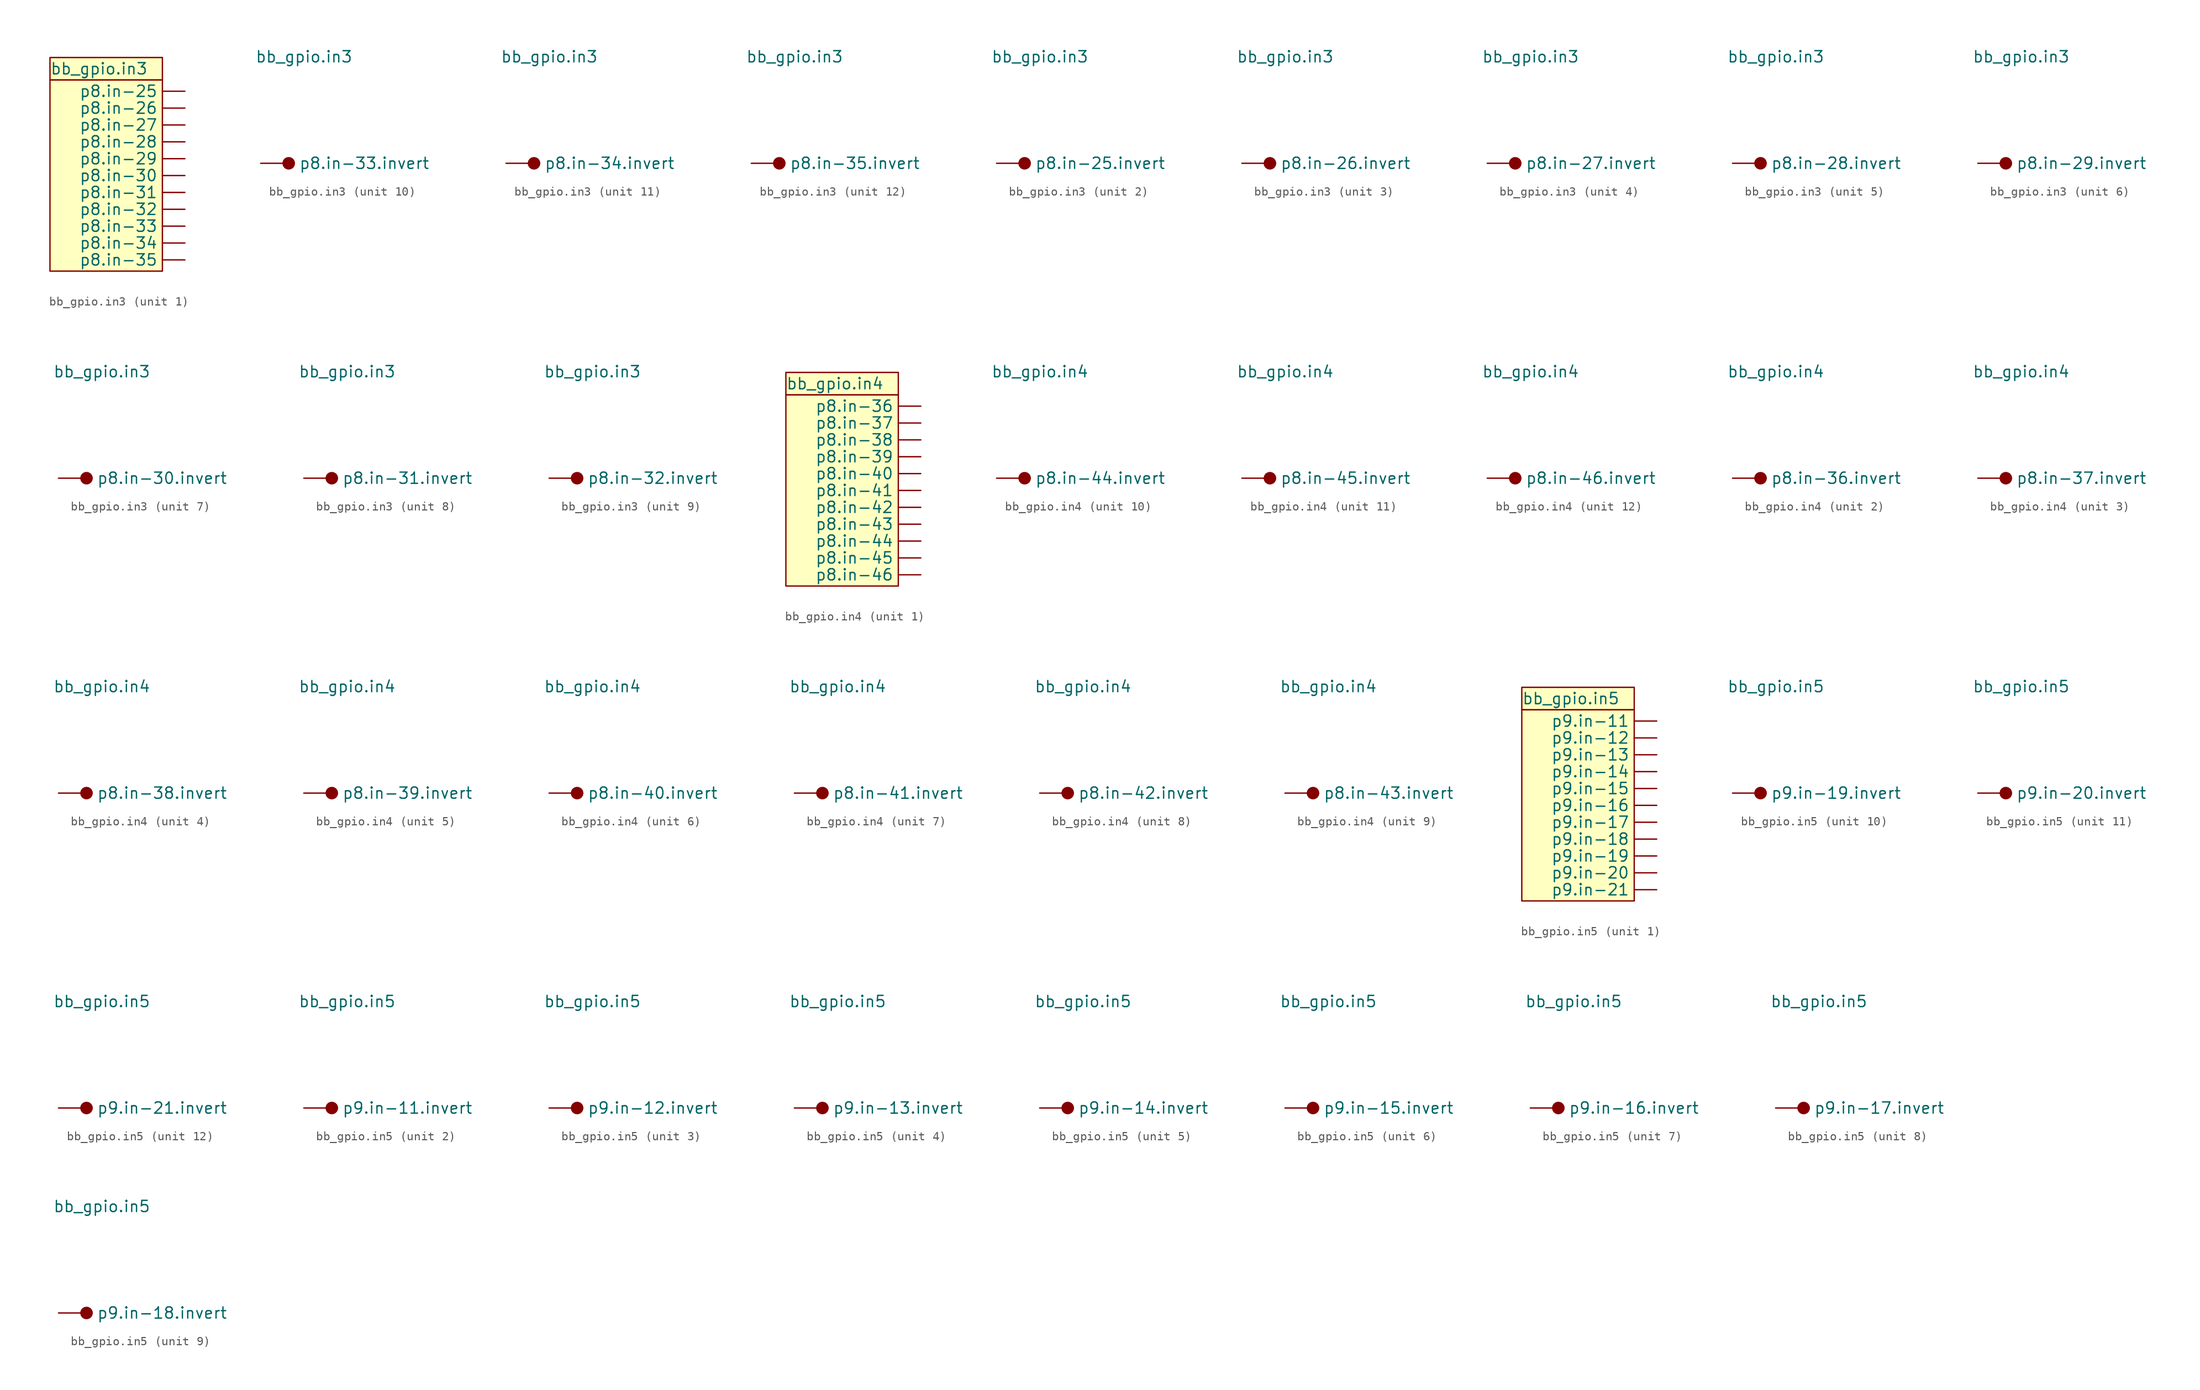
<source format=kicad_sym>
(kicad_symbol_lib
  (version 20220914)
  (generator kicad_symbol_editor)
  (symbol "bb_gpio.in3"
    (pin_numbers hide)
    (property "Reference" "BB-GPIO"
      (at 0 0 0)
      (effects (font (size 1.27 1.27)) hide))
    (property "Value" "bb_gpio.in3"
      (at -5.08 12.065 0)
      (effects (font (size 1.27 1.27)) (justify left)))
    (property "ki_locked" ""
      (at 0 0 0)
      (effects (font (size 1.27 1.27))))
    (symbol "bb_gpio.in3_1_1"
      (rectangle (start -5.08 10.795) (end 7.62 -10.795) (stroke (width 0.152) (type default)) (fill (type background)))
      (rectangle (start -5.08 13.335) (end 7.62 10.795) (stroke (width 0.152) (type default)) (fill (type background)))
      (pin output line (at 10.16 9.525 180) (length 2.54) (name "p8.in-25" (effects (font (size 1.27 1.27)))) (number "1" (effects (font (size 1.27 1.27)))))
      (pin output line (at 10.16 -7.62 180) (length 2.54) (name "p8.in-34" (effects (font (size 1.27 1.27)))) (number "10" (effects (font (size 1.27 1.27)))))
      (pin output line (at 10.16 -9.525 180) (length 2.54) (name "p8.in-35" (effects (font (size 1.27 1.27)))) (number "11" (effects (font (size 1.27 1.27)))))
      (pin output line (at 10.16 7.62 180) (length 2.54) (name "p8.in-26" (effects (font (size 1.27 1.27)))) (number "2" (effects (font (size 1.27 1.27)))))
      (pin output line (at 10.16 5.715 180) (length 2.54) (name "p8.in-27" (effects (font (size 1.27 1.27)))) (number "3" (effects (font (size 1.27 1.27)))))
      (pin output line (at 10.16 3.81 180) (length 2.54) (name "p8.in-28" (effects (font (size 1.27 1.27)))) (number "4" (effects (font (size 1.27 1.27)))))
      (pin output line (at 10.16 1.905 180) (length 2.54) (name "p8.in-29" (effects (font (size 1.27 1.27)))) (number "5" (effects (font (size 1.27 1.27)))))
      (pin output line (at 10.16 0 180) (length 2.54) (name "p8.in-30" (effects (font (size 1.27 1.27)))) (number "6" (effects (font (size 1.27 1.27)))))
      (pin output line (at 10.16 -1.905 180) (length 2.54) (name "p8.in-31" (effects (font (size 1.27 1.27)))) (number "7" (effects (font (size 1.27 1.27)))))
      (pin output line (at 10.16 -3.81 180) (length 2.54) (name "p8.in-32" (effects (font (size 1.27 1.27)))) (number "8" (effects (font (size 1.27 1.27)))))
      (pin output line (at 10.16 -5.715 180) (length 2.54) (name "p8.in-33" (effects (font (size 1.27 1.27)))) (number "9" (effects (font (size 1.27 1.27))))))
    (symbol "bb_gpio.in3_2_1"
      (circle (center -1.27 0) (radius 0.635) (stroke (width 0.152) (type default)) (fill (type outline)))
      (pin input line (at -4.445 0 0) (length 3.81) (name "p8.in-25.invert" (effects (font (size 1.27 1.27)))) (number "12" (effects (font (size 1.27 1.27))))))
    (symbol "bb_gpio.in3_3_1"
      (circle (center -1.27 0) (radius 0.635) (stroke (width 0.152) (type default)) (fill (type outline)))
      (pin input line (at -4.445 0 0) (length 3.81) (name "p8.in-26.invert" (effects (font (size 1.27 1.27)))) (number "13" (effects (font (size 1.27 1.27))))))
    (symbol "bb_gpio.in3_4_1"
      (circle (center -1.27 0) (radius 0.635) (stroke (width 0.152) (type default)) (fill (type outline)))
      (pin input line (at -4.445 0 0) (length 3.81) (name "p8.in-27.invert" (effects (font (size 1.27 1.27)))) (number "14" (effects (font (size 1.27 1.27))))))
    (symbol "bb_gpio.in3_5_1"
      (circle (center -1.27 0) (radius 0.635) (stroke (width 0.152) (type default)) (fill (type outline)))
      (pin input line (at -4.445 0 0) (length 3.81) (name "p8.in-28.invert" (effects (font (size 1.27 1.27)))) (number "15" (effects (font (size 1.27 1.27))))))
    (symbol "bb_gpio.in3_6_1"
      (circle (center -1.27 0) (radius 0.635) (stroke (width 0.152) (type default)) (fill (type outline)))
      (pin input line (at -4.445 0 0) (length 3.81) (name "p8.in-29.invert" (effects (font (size 1.27 1.27)))) (number "16" (effects (font (size 1.27 1.27))))))
    (symbol "bb_gpio.in3_7_1"
      (circle (center -1.27 0) (radius 0.635) (stroke (width 0.152) (type default)) (fill (type outline)))
      (pin input line (at -4.445 0 0) (length 3.81) (name "p8.in-30.invert" (effects (font (size 1.27 1.27)))) (number "17" (effects (font (size 1.27 1.27))))))
    (symbol "bb_gpio.in3_8_1"
      (circle (center -1.27 0) (radius 0.635) (stroke (width 0.152) (type default)) (fill (type outline)))
      (pin input line (at -4.445 0 0) (length 3.81) (name "p8.in-31.invert" (effects (font (size 1.27 1.27)))) (number "18" (effects (font (size 1.27 1.27))))))
    (symbol "bb_gpio.in3_9_1"
      (circle (center -1.27 0) (radius 0.635) (stroke (width 0.152) (type default)) (fill (type outline)))
      (pin input line (at -4.445 0 0) (length 3.81) (name "p8.in-32.invert" (effects (font (size 1.27 1.27)))) (number "19" (effects (font (size 1.27 1.27))))))
    (symbol "bb_gpio.in3_10_1"
      (circle (center -1.27 0) (radius 0.635) (stroke (width 0.152) (type default)) (fill (type outline)))
      (pin input line (at -4.445 0 0) (length 3.81) (name "p8.in-33.invert" (effects (font (size 1.27 1.27)))) (number "20" (effects (font (size 1.27 1.27))))))
    (symbol "bb_gpio.in3_11_1"
      (circle (center -1.27 0) (radius 0.635) (stroke (width 0.152) (type default)) (fill (type outline)))
      (pin input line (at -4.445 0 0) (length 3.81) (name "p8.in-34.invert" (effects (font (size 1.27 1.27)))) (number "21" (effects (font (size 1.27 1.27))))))
    (symbol "bb_gpio.in3_12_1"
      (circle (center -1.27 0) (radius 0.635) (stroke (width 0.152) (type default)) (fill (type outline)))
      (pin input line (at -4.445 0 0) (length 3.81) (name "p8.in-35.invert" (effects (font (size 1.27 1.27)))) (number "22" (effects (font (size 1.27 1.27)))))))
  (symbol "bb_gpio.in4"
    (pin_numbers hide)
    (property "Reference" "BB-GPIO"
      (at 0 0 0)
      (effects (font (size 1.27 1.27)) hide))
    (property "Value" "bb_gpio.in4"
      (at -5.08 12.065 0)
      (effects (font (size 1.27 1.27)) (justify left)))
    (property "ki_locked" ""
      (at 0 0 0)
      (effects (font (size 1.27 1.27))))
    (symbol "bb_gpio.in4_1_1"
      (rectangle (start -5.08 10.795) (end 7.62 -10.795) (stroke (width 0.152) (type default)) (fill (type background)))
      (rectangle (start -5.08 13.335) (end 7.62 10.795) (stroke (width 0.152) (type default)) (fill (type background)))
      (pin output line (at 10.16 9.525 180) (length 2.54) (name "p8.in-36" (effects (font (size 1.27 1.27)))) (number "1" (effects (font (size 1.27 1.27)))))
      (pin output line (at 10.16 -7.62 180) (length 2.54) (name "p8.in-45" (effects (font (size 1.27 1.27)))) (number "10" (effects (font (size 1.27 1.27)))))
      (pin output line (at 10.16 -9.525 180) (length 2.54) (name "p8.in-46" (effects (font (size 1.27 1.27)))) (number "11" (effects (font (size 1.27 1.27)))))
      (pin output line (at 10.16 7.62 180) (length 2.54) (name "p8.in-37" (effects (font (size 1.27 1.27)))) (number "2" (effects (font (size 1.27 1.27)))))
      (pin output line (at 10.16 5.715 180) (length 2.54) (name "p8.in-38" (effects (font (size 1.27 1.27)))) (number "3" (effects (font (size 1.27 1.27)))))
      (pin output line (at 10.16 3.81 180) (length 2.54) (name "p8.in-39" (effects (font (size 1.27 1.27)))) (number "4" (effects (font (size 1.27 1.27)))))
      (pin output line (at 10.16 1.905 180) (length 2.54) (name "p8.in-40" (effects (font (size 1.27 1.27)))) (number "5" (effects (font (size 1.27 1.27)))))
      (pin output line (at 10.16 0 180) (length 2.54) (name "p8.in-41" (effects (font (size 1.27 1.27)))) (number "6" (effects (font (size 1.27 1.27)))))
      (pin output line (at 10.16 -1.905 180) (length 2.54) (name "p8.in-42" (effects (font (size 1.27 1.27)))) (number "7" (effects (font (size 1.27 1.27)))))
      (pin output line (at 10.16 -3.81 180) (length 2.54) (name "p8.in-43" (effects (font (size 1.27 1.27)))) (number "8" (effects (font (size 1.27 1.27)))))
      (pin output line (at 10.16 -5.715 180) (length 2.54) (name "p8.in-44" (effects (font (size 1.27 1.27)))) (number "9" (effects (font (size 1.27 1.27))))))
    (symbol "bb_gpio.in4_2_1"
      (circle (center -1.27 0) (radius 0.635) (stroke (width 0.152) (type default)) (fill (type outline)))
      (pin input line (at -4.445 0 0) (length 3.81) (name "p8.in-36.invert" (effects (font (size 1.27 1.27)))) (number "12" (effects (font (size 1.27 1.27))))))
    (symbol "bb_gpio.in4_3_1"
      (circle (center -1.27 0) (radius 0.635) (stroke (width 0.152) (type default)) (fill (type outline)))
      (pin input line (at -4.445 0 0) (length 3.81) (name "p8.in-37.invert" (effects (font (size 1.27 1.27)))) (number "13" (effects (font (size 1.27 1.27))))))
    (symbol "bb_gpio.in4_4_1"
      (circle (center -1.27 0) (radius 0.635) (stroke (width 0.152) (type default)) (fill (type outline)))
      (pin input line (at -4.445 0 0) (length 3.81) (name "p8.in-38.invert" (effects (font (size 1.27 1.27)))) (number "14" (effects (font (size 1.27 1.27))))))
    (symbol "bb_gpio.in4_5_1"
      (circle (center -1.27 0) (radius 0.635) (stroke (width 0.152) (type default)) (fill (type outline)))
      (pin input line (at -4.445 0 0) (length 3.81) (name "p8.in-39.invert" (effects (font (size 1.27 1.27)))) (number "15" (effects (font (size 1.27 1.27))))))
    (symbol "bb_gpio.in4_6_1"
      (circle (center -1.27 0) (radius 0.635) (stroke (width 0.152) (type default)) (fill (type outline)))
      (pin input line (at -4.445 0 0) (length 3.81) (name "p8.in-40.invert" (effects (font (size 1.27 1.27)))) (number "16" (effects (font (size 1.27 1.27))))))
    (symbol "bb_gpio.in4_7_1"
      (circle (center -1.27 0) (radius 0.635) (stroke (width 0.152) (type default)) (fill (type outline)))
      (pin input line (at -4.445 0 0) (length 3.81) (name "p8.in-41.invert" (effects (font (size 1.27 1.27)))) (number "17" (effects (font (size 1.27 1.27))))))
    (symbol "bb_gpio.in4_8_1"
      (circle (center -1.27 0) (radius 0.635) (stroke (width 0.152) (type default)) (fill (type outline)))
      (pin input line (at -4.445 0 0) (length 3.81) (name "p8.in-42.invert" (effects (font (size 1.27 1.27)))) (number "18" (effects (font (size 1.27 1.27))))))
    (symbol "bb_gpio.in4_9_1"
      (circle (center -1.27 0) (radius 0.635) (stroke (width 0.152) (type default)) (fill (type outline)))
      (pin input line (at -4.445 0 0) (length 3.81) (name "p8.in-43.invert" (effects (font (size 1.27 1.27)))) (number "19" (effects (font (size 1.27 1.27))))))
    (symbol "bb_gpio.in4_10_1"
      (circle (center -1.27 0) (radius 0.635) (stroke (width 0.152) (type default)) (fill (type outline)))
      (pin input line (at -4.445 0 0) (length 3.81) (name "p8.in-44.invert" (effects (font (size 1.27 1.27)))) (number "20" (effects (font (size 1.27 1.27))))))
    (symbol "bb_gpio.in4_11_1"
      (circle (center -1.27 0) (radius 0.635) (stroke (width 0.152) (type default)) (fill (type outline)))
      (pin input line (at -4.445 0 0) (length 3.81) (name "p8.in-45.invert" (effects (font (size 1.27 1.27)))) (number "21" (effects (font (size 1.27 1.27))))))
    (symbol "bb_gpio.in4_12_1"
      (circle (center -1.27 0) (radius 0.635) (stroke (width 0.152) (type default)) (fill (type outline)))
      (pin input line (at -4.445 0 0) (length 3.81) (name "p8.in-46.invert" (effects (font (size 1.27 1.27)))) (number "22" (effects (font (size 1.27 1.27)))))))
  (symbol "bb_gpio.in5"
    (pin_numbers hide)
    (property "Reference" "BB-GPIO"
      (at 0 0 0)
      (effects (font (size 1.27 1.27)) hide))
    (property "Value" "bb_gpio.in5"
      (at -5.08 12.065 0)
      (effects (font (size 1.27 1.27)) (justify left)))
    (property "ki_locked" ""
      (at 0 0 0)
      (effects (font (size 1.27 1.27))))
    (symbol "bb_gpio.in5_1_1"
      (rectangle (start -5.08 10.795) (end 7.62 -10.795) (stroke (width 0.152) (type default)) (fill (type background)))
      (rectangle (start -5.08 13.335) (end 7.62 10.795) (stroke (width 0.152) (type default)) (fill (type background)))
      (pin output line (at 10.16 9.525 180) (length 2.54) (name "p9.in-11" (effects (font (size 1.27 1.27)))) (number "1" (effects (font (size 1.27 1.27)))))
      (pin output line (at 10.16 -7.62 180) (length 2.54) (name "p9.in-20" (effects (font (size 1.27 1.27)))) (number "10" (effects (font (size 1.27 1.27)))))
      (pin output line (at 10.16 -9.525 180) (length 2.54) (name "p9.in-21" (effects (font (size 1.27 1.27)))) (number "11" (effects (font (size 1.27 1.27)))))
      (pin output line (at 10.16 7.62 180) (length 2.54) (name "p9.in-12" (effects (font (size 1.27 1.27)))) (number "2" (effects (font (size 1.27 1.27)))))
      (pin output line (at 10.16 5.715 180) (length 2.54) (name "p9.in-13" (effects (font (size 1.27 1.27)))) (number "3" (effects (font (size 1.27 1.27)))))
      (pin output line (at 10.16 3.81 180) (length 2.54) (name "p9.in-14" (effects (font (size 1.27 1.27)))) (number "4" (effects (font (size 1.27 1.27)))))
      (pin output line (at 10.16 1.905 180) (length 2.54) (name "p9.in-15" (effects (font (size 1.27 1.27)))) (number "5" (effects (font (size 1.27 1.27)))))
      (pin output line (at 10.16 0 180) (length 2.54) (name "p9.in-16" (effects (font (size 1.27 1.27)))) (number "6" (effects (font (size 1.27 1.27)))))
      (pin output line (at 10.16 -1.905 180) (length 2.54) (name "p9.in-17" (effects (font (size 1.27 1.27)))) (number "7" (effects (font (size 1.27 1.27)))))
      (pin output line (at 10.16 -3.81 180) (length 2.54) (name "p9.in-18" (effects (font (size 1.27 1.27)))) (number "8" (effects (font (size 1.27 1.27)))))
      (pin output line (at 10.16 -5.715 180) (length 2.54) (name "p9.in-19" (effects (font (size 1.27 1.27)))) (number "9" (effects (font (size 1.27 1.27))))))
    (symbol "bb_gpio.in5_2_1"
      (circle (center -1.27 0) (radius 0.635) (stroke (width 0.152) (type default)) (fill (type outline)))
      (pin input line (at -4.445 0 0) (length 3.81) (name "p9.in-11.invert" (effects (font (size 1.27 1.27)))) (number "12" (effects (font (size 1.27 1.27))))))
    (symbol "bb_gpio.in5_3_1"
      (circle (center -1.27 0) (radius 0.635) (stroke (width 0.152) (type default)) (fill (type outline)))
      (pin input line (at -4.445 0 0) (length 3.81) (name "p9.in-12.invert" (effects (font (size 1.27 1.27)))) (number "13" (effects (font (size 1.27 1.27))))))
    (symbol "bb_gpio.in5_4_1"
      (circle (center -1.27 0) (radius 0.635) (stroke (width 0.152) (type default)) (fill (type outline)))
      (pin input line (at -4.445 0 0) (length 3.81) (name "p9.in-13.invert" (effects (font (size 1.27 1.27)))) (number "14" (effects (font (size 1.27 1.27))))))
    (symbol "bb_gpio.in5_5_1"
      (circle (center -1.27 0) (radius 0.635) (stroke (width 0.152) (type default)) (fill (type outline)))
      (pin input line (at -4.445 0 0) (length 3.81) (name "p9.in-14.invert" (effects (font (size 1.27 1.27)))) (number "15" (effects (font (size 1.27 1.27))))))
    (symbol "bb_gpio.in5_6_1"
      (circle (center -1.27 0) (radius 0.635) (stroke (width 0.152) (type default)) (fill (type outline)))
      (pin input line (at -4.445 0 0) (length 3.81) (name "p9.in-15.invert" (effects (font (size 1.27 1.27)))) (number "16" (effects (font (size 1.27 1.27))))))
    (symbol "bb_gpio.in5_7_1"
      (circle (center -1.27 0) (radius 0.635) (stroke (width 0.152) (type default)) (fill (type outline)))
      (pin input line (at -4.445 0 0) (length 3.81) (name "p9.in-16.invert" (effects (font (size 1.27 1.27)))) (number "17" (effects (font (size 1.27 1.27))))))
    (symbol "bb_gpio.in5_8_1"
      (circle (center -1.27 0) (radius 0.635) (stroke (width 0.152) (type default)) (fill (type outline)))
      (pin input line (at -4.445 0 0) (length 3.81) (name "p9.in-17.invert" (effects (font (size 1.27 1.27)))) (number "18" (effects (font (size 1.27 1.27))))))
    (symbol "bb_gpio.in5_9_1"
      (circle (center -1.27 0) (radius 0.635) (stroke (width 0.152) (type default)) (fill (type outline)))
      (pin input line (at -4.445 0 0) (length 3.81) (name "p9.in-18.invert" (effects (font (size 1.27 1.27)))) (number "19" (effects (font (size 1.27 1.27))))))
    (symbol "bb_gpio.in5_10_1"
      (circle (center -1.27 0) (radius 0.635) (stroke (width 0.152) (type default)) (fill (type outline)))
      (pin input line (at -4.445 0 0) (length 3.81) (name "p9.in-19.invert" (effects (font (size 1.27 1.27)))) (number "20" (effects (font (size 1.27 1.27))))))
    (symbol "bb_gpio.in5_11_1"
      (circle (center -1.27 0) (radius 0.635) (stroke (width 0.152) (type default)) (fill (type outline)))
      (pin input line (at -4.445 0 0) (length 3.81) (name "p9.in-20.invert" (effects (font (size 1.27 1.27)))) (number "21" (effects (font (size 1.27 1.27))))))
    (symbol "bb_gpio.in5_12_1"
      (circle (center -1.27 0) (radius 0.635) (stroke (width 0.152) (type default)) (fill (type outline)))
      (pin input line (at -4.445 0 0) (length 3.81) (name "p9.in-21.invert" (effects (font (size 1.27 1.27)))) (number "22" (effects (font (size 1.27 1.27))))))))
</source>
